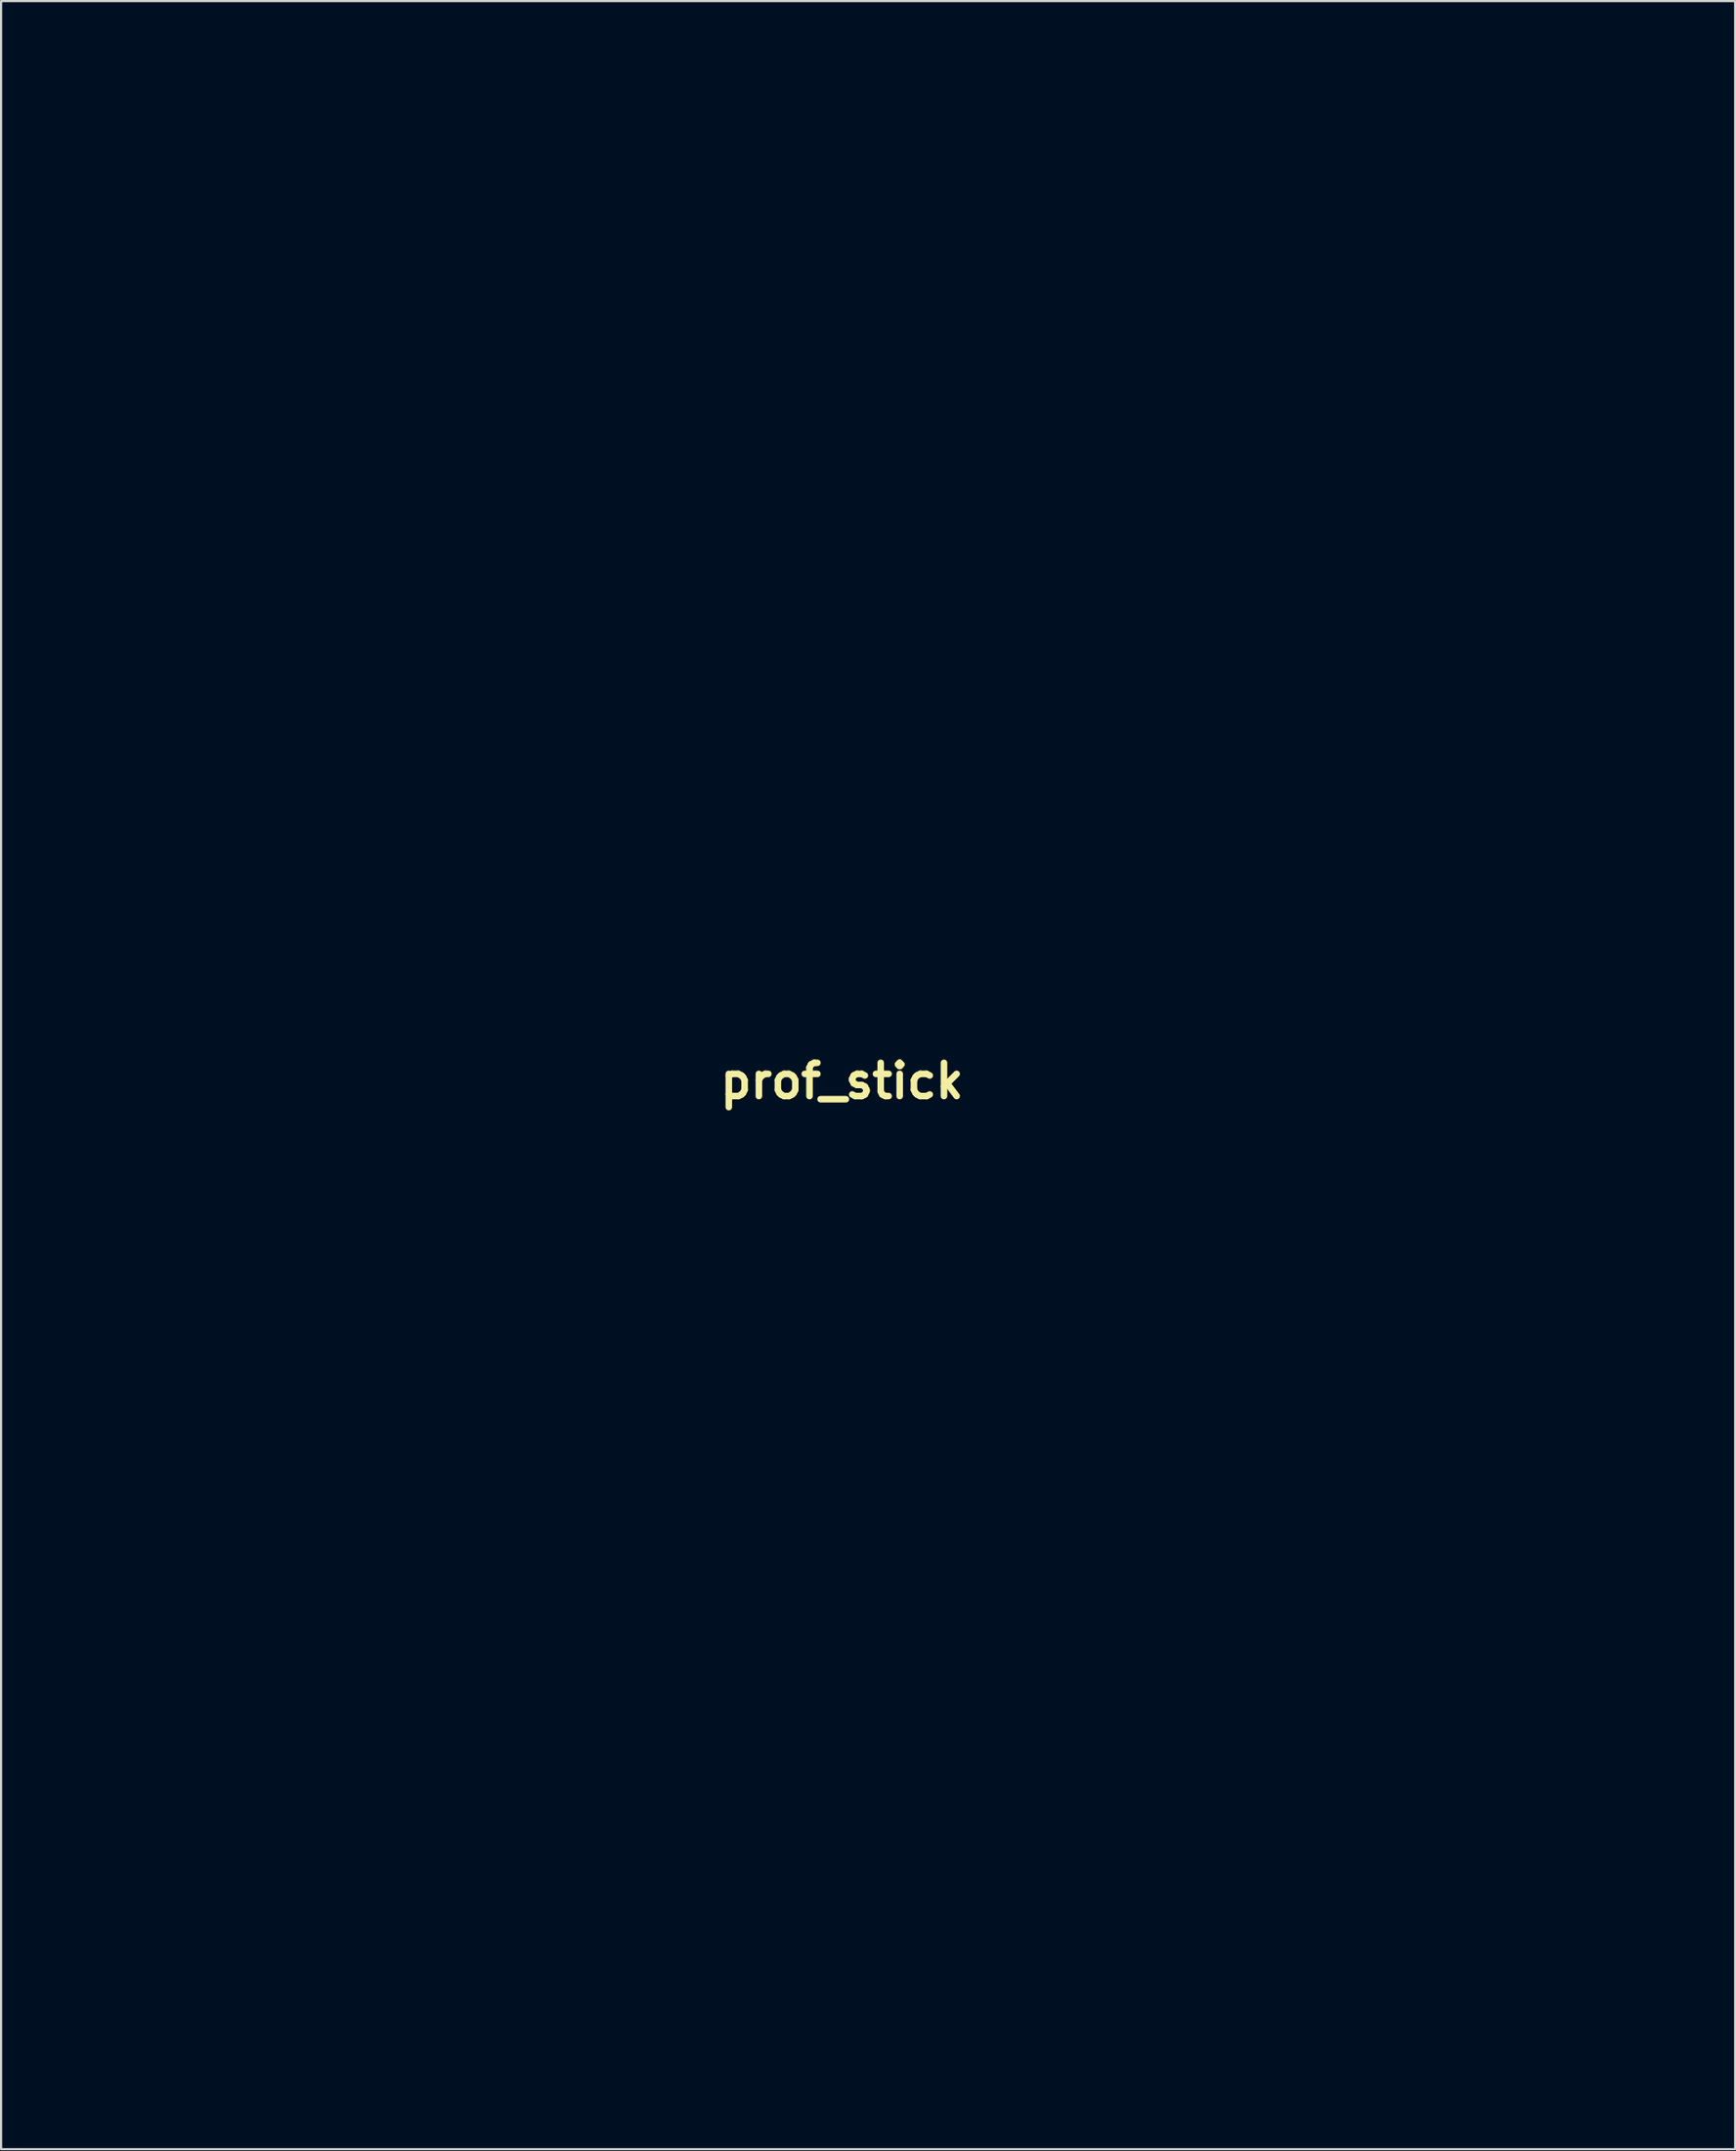
<source format=kicad_pcb>
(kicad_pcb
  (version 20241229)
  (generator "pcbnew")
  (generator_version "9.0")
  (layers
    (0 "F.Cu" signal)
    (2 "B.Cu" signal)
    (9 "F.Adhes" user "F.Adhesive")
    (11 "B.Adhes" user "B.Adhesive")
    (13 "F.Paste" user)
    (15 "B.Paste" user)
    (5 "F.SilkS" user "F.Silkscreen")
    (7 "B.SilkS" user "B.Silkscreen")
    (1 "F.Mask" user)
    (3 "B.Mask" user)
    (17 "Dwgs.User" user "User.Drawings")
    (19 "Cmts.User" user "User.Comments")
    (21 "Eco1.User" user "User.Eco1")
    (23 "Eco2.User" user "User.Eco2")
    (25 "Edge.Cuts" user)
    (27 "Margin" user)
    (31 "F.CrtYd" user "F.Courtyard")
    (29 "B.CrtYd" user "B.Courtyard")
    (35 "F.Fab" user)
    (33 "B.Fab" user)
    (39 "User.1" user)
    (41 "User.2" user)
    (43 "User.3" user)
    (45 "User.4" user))
  (footprint "prof_stick"
    (layer "F.Cu")
    (at 35.569 46.497)
    (property "Reference" "prof_stick" (at 0 0 0) (layer "F.SilkS") (effects (font (size 1.524 1.524) (thickness 0.3))))
    (attr through_hole)
    (fp_poly (pts (xy 28.519 -28.252) (xy 28.483 -28.093) (xy 28.341 -28.074) (xy 28.121 -28.172) (xy 28.163 -28.252) (xy 28.48 -28.284) (xy 28.519 -28.252)) (stroke (width 0.01) (type solid)) (fill no) (layer "Eco2.User"))
    (fp_poly (pts (xy 33.332 -26.113) (xy 33.364 -25.796) (xy 33.332 -25.756) (xy 33.173 -25.793) (xy 33.154 -25.935) (xy 33.252 -26.155) (xy 33.332 -26.113)) (stroke (width 0.01) (type solid)) (fill no) (layer "Eco2.User"))
    (fp_poly (pts (xy -20.023 -41.749) (xy -19.689 -41.215) (xy -19.624 -40.597) (xy -19.779 -40.247) (xy -20.278 -39.884) (xy -20.89 -39.972) (xy -21.189 -40.127) (xy -21.594 -40.6) (xy -21.605 -41.18) (xy -21.283 -41.693) (xy -20.69 -41.966) (xy -20.528 -41.977) (xy -20.023 -41.749)) (stroke (width 0.01) (type solid)) (fill no) (layer "Eco2.User"))
    (fp_poly (pts (xy -16.868 -38.322) (xy -16.434 -37.793) (xy -16.357 -36.98) (xy -16.625 -36.355) (xy -17.144 -36.098) (xy -17.763 -36.226) (xy -18.332 -36.753) (xy -18.346 -36.774) (xy -18.625 -37.524) (xy -18.417 -38.099) (xy -17.756 -38.423) (xy -17.596 -38.448) (xy -16.868 -38.322)) (stroke (width 0.01) (type solid)) (fill no) (layer "Eco2.User"))
    (fp_poly (pts (xy 31.863 -28.932) (xy 32.458 -28.335) (xy 32.734 -27.775) (xy 32.979 -27.089) (xy 33.084 -26.642) (xy 33.073 -26.567) (xy 32.924 -26.724) (xy 32.67 -27.242) (xy 32.548 -27.536) (xy 32.103 -28.383) (xy 31.536 -28.787) (xy 30.721 -28.807) (xy 30.107 -28.673) (xy 29.308 -28.493) (xy 28.955 -28.477) (xy 29.075 -28.598) (xy 29.692 -28.83) (xy 29.895 -28.892) (xy 31.036 -29.106) (xy 31.863 -28.932)) (stroke (width 0.01) (type solid)) (fill no) (layer "Eco2.User"))
    (fp_poly (pts (xy -15.584 -46.209) (xy -15.092 -45.68) (xy -14.973 -45.185) (xy -15.198 -44.504) (xy -15.766 -44.046) (xy -16.51 -43.86) (xy -17.267 -43.997) (xy -17.739 -44.337) (xy -18.143 -45.071) (xy -18.095 -45.336) (xy -17.248 -45.336) (xy -17.156 -44.971) (xy -16.795 -44.721) (xy -16.497 -44.703) (xy -16.001 -44.913) (xy -15.84 -45.118) (xy -15.944 -45.467) (xy -16.374 -45.672) (xy -16.928 -45.641) (xy -16.973 -45.625) (xy -17.248 -45.336) (xy -18.095 -45.336) (xy -18.017 -45.774) (xy -17.761 -46.102) (xy -17.085 -46.474) (xy -16.303 -46.492) (xy -15.584 -46.209)) (stroke (width 0.01) (type solid)) (fill no) (layer "Eco2.User"))
    (fp_poly (pts (xy 27.716 -27.986) (xy 27.61 -27.817) (xy 27.305 -27.683) (xy 26.797 -27.35) (xy 26.599 -26.732) (xy 26.706 -25.773) (xy 27.007 -24.722) (xy 27.537 -23.368) (xy 28.054 -22.532) (xy 28.569 -22.199) (xy 28.662 -22.192) (xy 29.103 -22.287) (xy 29.874 -22.533) (xy 30.814 -22.869) (xy 31.762 -23.234) (xy 32.557 -23.57) (xy 33.037 -23.814) (xy 33.078 -23.844) (xy 33.353 -24.313) (xy 33.457 -24.831) (xy 33.494 -25.276) (xy 33.552 -25.21) (xy 33.608 -24.946) (xy 33.615 -24.262) (xy 33.295 -23.704) (xy 32.587 -23.214) (xy 31.425 -22.732) (xy 31.084 -22.616) (xy 29.911 -22.234) (xy 29.127 -22.021) (xy 28.615 -21.97) (xy 28.259 -22.074) (xy 27.941 -22.326) (xy 27.839 -22.426) (xy 27.458 -22.991) (xy 27.059 -23.869) (xy 26.697 -24.888) (xy 26.427 -25.879) (xy 26.307 -26.672) (xy 26.334 -26.999) (xy 26.624 -27.457) (xy 27.085 -27.847) (xy 27.529 -28.035) (xy 27.716 -27.986)) (stroke (width 0.01) (type solid)) (fill no) (layer "Eco2.User"))
    (fp_poly (pts (xy -21.448 -34.995) (xy -20.906 -34.584) (xy -20.091 -33.837) (xy -20.053 -33.801) (xy -18.433 -32.256) (xy -19.778 -31.08) (xy -20.658 -30.191) (xy -21.082 -29.415) (xy -21.085 -28.653) (xy -20.84 -28.046) (xy -20.606 -27.691) (xy -20.1 -26.973) (xy -19.368 -25.958) (xy -18.457 -24.71) (xy -17.415 -23.296) (xy -16.601 -22.197) (xy -15.339 -20.508) (xy -14.323 -19.176) (xy -13.483 -18.123) (xy -12.75 -17.275) (xy -12.056 -16.554) (xy -11.331 -15.885) (xy -10.506 -15.191) (xy -9.605 -14.468) (xy -8.526 -13.621) (xy -7.608 -12.912) (xy -6.925 -12.399) (xy -6.553 -12.14) (xy -6.507 -12.12) (xy -6.585 -12.369) (xy -6.848 -12.967) (xy -7.233 -13.776) (xy -8.029 -15.959) (xy -8.398 -18.314) (xy -8.385 -19.304) (xy -6.648 -19.304) (xy -6.612 -18.148) (xy -6.278 -15.962) (xy -5.594 -14.164) (xy -4.54 -12.725) (xy -3.1 -11.613) (xy -2.54 -11.315) (xy -0.962 -10.821) (xy 0.808 -10.716) (xy 2.604 -10.995) (xy 4.253 -11.643) (xy 5.992 -12.874) (xy 7.557 -14.537) (xy 8.901 -16.545) (xy 9.981 -18.811) (xy 10.751 -21.249) (xy 11.168 -23.772) (xy 11.229 -25.152) (xy 11.195 -26.348) (xy 11.059 -27.239) (xy 10.772 -28.051) (xy 10.482 -28.645) (xy 10.022 -29.439) (xy 9.533 -30.007) (xy 8.856 -30.496) (xy 7.902 -31.015) (xy 6.972 -31.468) (xy 6.228 -31.745) (xy 5.476 -31.888) (xy 4.52 -31.939) (xy 3.636 -31.942) (xy 2.386 -31.917) (xy 1.481 -31.827) (xy 0.731 -31.635) (xy -0.051 -31.303) (xy -0.342 -31.16) (xy -2.107 -29.987) (xy -3.634 -28.393) (xy -4.888 -26.453) (xy -5.832 -24.242) (xy -6.431 -21.834) (xy -6.648 -19.304) (xy -8.385 -19.304) (xy -8.366 -20.758) (xy -7.961 -23.209) (xy -7.208 -25.583) (xy -6.134 -27.799) (xy -4.764 -29.773) (xy -3.124 -31.423) (xy -1.27 -32.652) (xy 0.774 -33.446) (xy 2.883 -33.81) (xy 4.978 -33.768) (xy 6.982 -33.34) (xy 8.818 -32.549) (xy 10.407 -31.418) (xy 11.674 -29.967) (xy 12.314 -28.799) (xy 12.76 -27.238) (xy 12.92 -25.345) (xy 12.811 -23.234) (xy 12.446 -21.017) (xy 11.841 -18.807) (xy 11.009 -16.714) (xy 10.657 -16.011) (xy 9.623 -14.391) (xy 8.305 -12.793) (xy 6.858 -11.391) (xy 5.682 -10.507) (xy 4.651 -9.958) (xy 3.389 -9.44) (xy 2.329 -9.108) (xy 1.33 -8.837) (xy 0.739 -8.606) (xy 0.443 -8.349) (xy 0.327 -7.998) (xy 0.316 -7.919) (xy 0.289 -7.531) (xy 0.379 -7.318) (xy 0.675 -7.278) (xy 1.264 -7.413) (xy 2.233 -7.721) (xy 2.802 -7.911) (xy 4.052 -8.356) (xy 5.347 -8.872) (xy 6.758 -9.493) (xy 8.354 -10.251) (xy 10.205 -11.18) (xy 12.381 -12.314) (xy 14.847 -13.628) (xy 17.474 -15.042) (xy 19.667 -16.228) (xy 21.467 -17.212) (xy 22.913 -18.016) (xy 24.045 -18.663) (xy 24.902 -19.177) (xy 25.525 -19.582) (xy 25.952 -19.899) (xy 26.223 -20.154) (xy 26.379 -20.368) (xy 26.408 -20.426) (xy 26.517 -20.819) (xy 26.487 -21.329) (xy 26.297 -22.07) (xy 25.924 -23.156) (xy 25.783 -23.538) (xy 25.207 -25.222) (xy 24.922 -26.518) (xy 24.937 -26.883) (xy 25.667 -26.883) (xy 25.782 -26.193) (xy 26.078 -25.213) (xy 26.487 -24.119) (xy 26.939 -23.089) (xy 27.364 -22.303) (xy 27.56 -22.04) (xy 27.936 -21.398) (xy 28.038 -20.836) (xy 28.109 -20.211) (xy 28.329 -19.319) (xy 28.632 -18.373) (xy 28.951 -17.588) (xy 29.152 -17.242) (xy 29.357 -16.861) (xy 29.667 -16.145) (xy 29.956 -15.407) (xy 30.351 -14.484) (xy 30.769 -13.71) (xy 31.043 -13.341) (xy 31.25 -13.141) (xy 31.458 -13.024) (xy 31.748 -13.01) (xy 32.2 -13.119) (xy 32.895 -13.372) (xy 33.915 -13.788) (xy 35.341 -14.388) (xy 35.485 -14.449) (xy 36.278 -14.847) (xy 36.846 -15.252) (xy 37.023 -15.483) (xy 36.987 -15.866) (xy 36.804 -16.67) (xy 36.496 -17.808) (xy 36.088 -19.193) (xy 35.602 -20.74) (xy 35.562 -20.864) (xy 35.065 -22.407) (xy 34.631 -23.781) (xy 34.285 -24.903) (xy 34.052 -25.689) (xy 33.958 -26.058) (xy 33.958 -26.068) (xy 33.828 -26.57) (xy 33.503 -27.326) (xy 33.064 -28.181) (xy 32.598 -28.978) (xy 32.187 -29.563) (xy 31.956 -29.772) (xy 31.467 -29.778) (xy 30.629 -29.618) (xy 29.585 -29.338) (xy 28.478 -28.983) (xy 27.452 -28.597) (xy 26.649 -28.224) (xy 26.329 -28.021) (xy 25.855 -27.461) (xy 25.667 -26.883) (xy 24.937 -26.883) (xy 24.965 -27.51) (xy 25.374 -28.279) (xy 26.188 -28.91) (xy 27.444 -29.486) (xy 28.703 -29.932) (xy 30.136 -30.376) (xy 31.185 -30.597) (xy 31.953 -30.586) (xy 32.546 -30.337) (xy 33.066 -29.843) (xy 33.252 -29.609) (xy 33.525 -29.101) (xy 33.92 -28.171) (xy 34.407 -26.908) (xy 34.955 -25.404) (xy 35.534 -23.748) (xy 36.114 -22.03) (xy 36.664 -20.341) (xy 37.154 -18.771) (xy 37.554 -17.41) (xy 37.833 -16.348) (xy 37.961 -15.675) (xy 37.966 -15.585) (xy 37.927 -15.146) (xy 37.758 -14.781) (xy 37.388 -14.439) (xy 36.741 -14.069) (xy 35.744 -13.62) (xy 34.323 -13.042) (xy 34.223 -13.002) (xy 32.795 -12.472) (xy 31.746 -12.21) (xy 30.981 -12.238) (xy 30.404 -12.579) (xy 29.921 -13.255) (xy 29.515 -14.102) (xy 28.889 -15.535) (xy 28.428 -16.554) (xy 28.082 -17.233) (xy 27.801 -17.649) (xy 27.535 -17.876) (xy 27.235 -17.991) (xy 26.91 -18.058) (xy 26.518 -18.094) (xy 26.079 -18.033) (xy 25.512 -17.84) (xy 24.735 -17.483) (xy 23.669 -16.928) (xy 22.231 -16.14) (xy 22.02 -16.023) (xy 19.721 -14.765) (xy 17.323 -13.487) (xy 14.893 -12.222) (xy 12.497 -11.003) (xy 10.2 -9.862) (xy 8.068 -8.832) (xy 6.168 -7.945) (xy 4.566 -7.234) (xy 3.328 -6.731) (xy 2.807 -6.55) (xy 1.742 -6.205) (xy 0.875 -5.907) (xy 0.331 -5.698) (xy 0.215 -5.638) (xy 0.15 -5.343) (xy 0.05 -4.578) (xy -0.078 -3.408) (xy -0.229 -1.895) (xy -0.395 -0.103) (xy -0.57 1.905) (xy -0.689 3.342) (xy -0.896 5.945) (xy -1.051 8.071) (xy -1.159 9.772) (xy -1.219 11.103) (xy -1.236 12.119) (xy -1.212 12.873) (xy -1.148 13.42) (xy -1.132 13.502) (xy -0.896 14.387) (xy -0.473 15.702) (xy 0.114 17.383) (xy 0.842 19.368) (xy 1.687 21.595) (xy 2.626 24.001) (xy 3.635 26.525) (xy 4.691 29.104) (xy 5.233 30.406) (xy 6.654 33.805) (xy 7.866 36.735) (xy 8.875 39.212) (xy 9.689 41.256) (xy 10.316 42.884) (xy 10.762 44.117) (xy 11.034 44.971) (xy 11.14 45.466) (xy 11.132 45.588) (xy 10.767 45.919) (xy 10.21 45.954) (xy 9.722 45.679) (xy 9.702 45.653) (xy 9.474 45.239) (xy 9.139 44.496) (xy 8.82 43.715) (xy 8.571 43.091) (xy 8.145 42.044) (xy 7.571 40.641) (xy 6.876 38.952) (xy 6.09 37.046) (xy 5.241 34.993) (xy 4.516 33.244) (xy 3.203 30.064) (xy 2.003 27.117) (xy 0.929 24.441) (xy -0.004 22.074) (xy -0.781 20.052) (xy -1.388 18.414) (xy -1.81 17.196) (xy -2.018 16.498) (xy -2.234 15.995) (xy -2.487 15.846) (xy -2.674 16.122) (xy -2.983 16.809) (xy -3.375 17.809) (xy -3.81 19.025) (xy -3.892 19.267) (xy -4.234 20.266) (xy -4.731 21.692) (xy -5.355 23.467) (xy -6.078 25.513) (xy -6.874 27.755) (xy -7.715 30.114) (xy -8.574 32.515) (xy -8.756 33.02) (xy -9.571 35.292) (xy -10.337 37.432) (xy -11.033 39.38) (xy -11.639 41.081) (xy -12.134 42.475) (xy -12.498 43.505) (xy -12.71 44.115) (xy -12.749 44.23) (xy -13.147 45.027) (xy -13.652 45.381) (xy -14.194 45.255) (xy -14.34 45.131) (xy -14.446 45.046) (xy -14.539 44.982) (xy -14.606 44.899) (xy -14.634 44.759) (xy -14.612 44.521) (xy -14.526 44.146) (xy -14.365 43.594) (xy -14.115 42.826) (xy -13.764 41.801) (xy -13.3 40.482) (xy -12.71 38.827) (xy -11.982 36.797) (xy -11.103 34.353) (xy -10.06 31.455) (xy -9.758 30.614) (xy -8.892 28.199) (xy -8.017 25.744) (xy -7.164 23.339) (xy -6.367 21.079) (xy -5.657 19.053) (xy -5.067 17.355) (xy -4.663 16.176) (xy -3.124 11.631) (xy -2.387 2.674) (xy -2.179 0.093) (xy -2.023 -1.997) (xy -1.916 -3.639) (xy -1.857 -4.875) (xy -1.842 -5.746) (xy -1.872 -6.294) (xy -1.943 -6.562) (xy -1.961 -6.585) (xy -2.266 -6.848) (xy -2.913 -7.385) (xy -3.834 -8.141) (xy -4.961 -9.061) (xy -5.496 -9.496) (xy -3.345 -9.496) (xy -3.064 -9.19) (xy -2.608 -8.815) (xy -2.116 -8.483) (xy -1.726 -8.305) (xy -1.671 -8.298) (xy -1.37 -8.502) (xy -1.337 -8.663) (xy -1.565 -8.973) (xy -2.118 -9.3) (xy -2.797 -9.547) (xy -3.315 -9.624) (xy -3.345 -9.496) (xy -5.496 -9.496) (xy -6.226 -10.09) (xy -7.562 -11.174) (xy -8.9 -12.256) (xy -10.172 -13.281) (xy -11.31 -14.196) (xy -12.246 -14.944) (xy -12.913 -15.471) (xy -13.241 -15.721) (xy -13.255 -15.73) (xy -13.488 -15.986) (xy -13.992 -16.613) (xy -14.722 -17.554) (xy -15.632 -18.749) (xy -16.679 -20.14) (xy -17.725 -21.545) (xy -18.989 -23.247) (xy -19.979 -24.566) (xy -20.738 -25.548) (xy -21.309 -26.242) (xy -21.735 -26.694) (xy -22.059 -26.953) (xy -22.323 -27.066) (xy -22.571 -27.08) (xy -22.713 -27.063) (xy -23.013 -27.001) (xy -23.262 -26.871) (xy -23.487 -26.607) (xy -23.714 -26.145) (xy -23.971 -25.42) (xy -24.285 -24.367) (xy -24.681 -22.921) (xy -25.142 -21.188) (xy -25.508 -19.954) (xy -25.866 -19.115) (xy -26.281 -18.538) (xy -26.52 -18.314) (xy -27.165 -17.836) (xy -27.691 -17.696) (xy -28.271 -17.898) (xy -29.036 -18.418) (xy -29.798 -19.029) (xy -30.727 -19.846) (xy -31.746 -20.792) (xy -32.78 -21.792) (xy -33.751 -22.77) (xy -34.584 -23.65) (xy -35.203 -24.356) (xy -35.531 -24.813) (xy -35.564 -24.912) (xy -35.488 -25.135) (xy -34.223 -25.135) (xy -34.031 -24.802) (xy -33.51 -24.205) (xy -32.743 -23.419) (xy -31.814 -22.521) (xy -30.805 -21.587) (xy -29.8 -20.694) (xy -28.882 -19.918) (xy -28.134 -19.334) (xy -27.638 -19.02) (xy -27.526 -18.987) (xy -26.978 -19.161) (xy -26.79 -19.304) (xy -26.507 -19.769) (xy -26.605 -20.281) (xy -27.117 -20.908) (xy -27.956 -21.622) (xy -28.667 -22.21) (xy -29.148 -22.674) (xy -29.303 -22.92) (xy -29.298 -22.928) (xy -29.029 -22.855) (xy -28.477 -22.519) (xy -27.894 -22.092) (xy -27.178 -21.583) (xy -26.607 -21.265) (xy -26.352 -21.205) (xy -26.124 -21.503) (xy -25.897 -22.134) (xy -25.835 -22.388) (xy -25.723 -23.092) (xy -25.825 -23.563) (xy -26.224 -24.037) (xy -26.504 -24.297) (xy -26.969 -24.777) (xy -27.141 -25.076) (xy -27.087 -25.125) (xy -26.662 -24.94) (xy -26.604 -24.867) (xy -26.248 -24.53) (xy -25.931 -24.329) (xy -25.61 -24.226) (xy -25.378 -24.405) (xy -25.145 -24.965) (xy -25.029 -25.33) (xy -24.486 -27.037) (xy -24.038 -28.303) (xy -23.643 -29.207) (xy -23.261 -29.824) (xy -22.849 -30.233) (xy -22.367 -30.509) (xy -22.225 -30.57) (xy -21.267 -31.074) (xy -20.633 -31.654) (xy -20.396 -32.228) (xy -20.483 -32.55) (xy -20.95 -33.065) (xy -21.223 -33.27) (xy -21.624 -33.337) (xy -22.094 -33.044) (xy -22.676 -32.347) (xy -23.416 -31.203) (xy -23.486 -31.085) (xy -23.896 -30.516) (xy -24.442 -30.028) (xy -25.247 -29.534) (xy -26.427 -28.947) (xy -27.833 -28.317) (xy -29.435 -27.647) (xy -30.925 -27.066) (xy -31.148 -26.984) (xy -32.451 -26.5) (xy -33.327 -26.133) (xy -33.859 -25.835) (xy -34.129 -25.556) (xy -34.219 -25.247) (xy -34.223 -25.135) (xy -35.488 -25.135) (xy -35.291 -25.713) (xy -34.489 -26.49) (xy -33.166 -27.239) (xy -31.76 -27.806) (xy -29.946 -28.463) (xy -28.584 -28.991) (xy -27.615 -29.422) (xy -26.98 -29.784) (xy -26.621 -30.11) (xy -26.479 -30.429) (xy -26.469 -30.549) (xy -26.226 -31.214) (xy -25.667 -31.775) (xy -25.14 -32.262) (xy -24.873 -32.7) (xy -24.865 -32.761) (xy -24.627 -33.072) (xy -24.105 -33.154) (xy -23.396 -33.331) (xy -22.786 -33.764) (xy -22.47 -34.303) (xy -22.459 -34.412) (xy -22.274 -34.803) (xy -22.066 -35.019) (xy -21.805 -35.122) (xy -21.448 -34.995)) (stroke (width 0.01) (type solid)) (fill no) (layer "Eco2.User")))
  (gr_rect
    (start -3 -3)
    (end 76.54 95.455)
    (stroke (width 0.1) (type default))
    (fill no)
    (layer "Edge.Cuts")))
</source>
